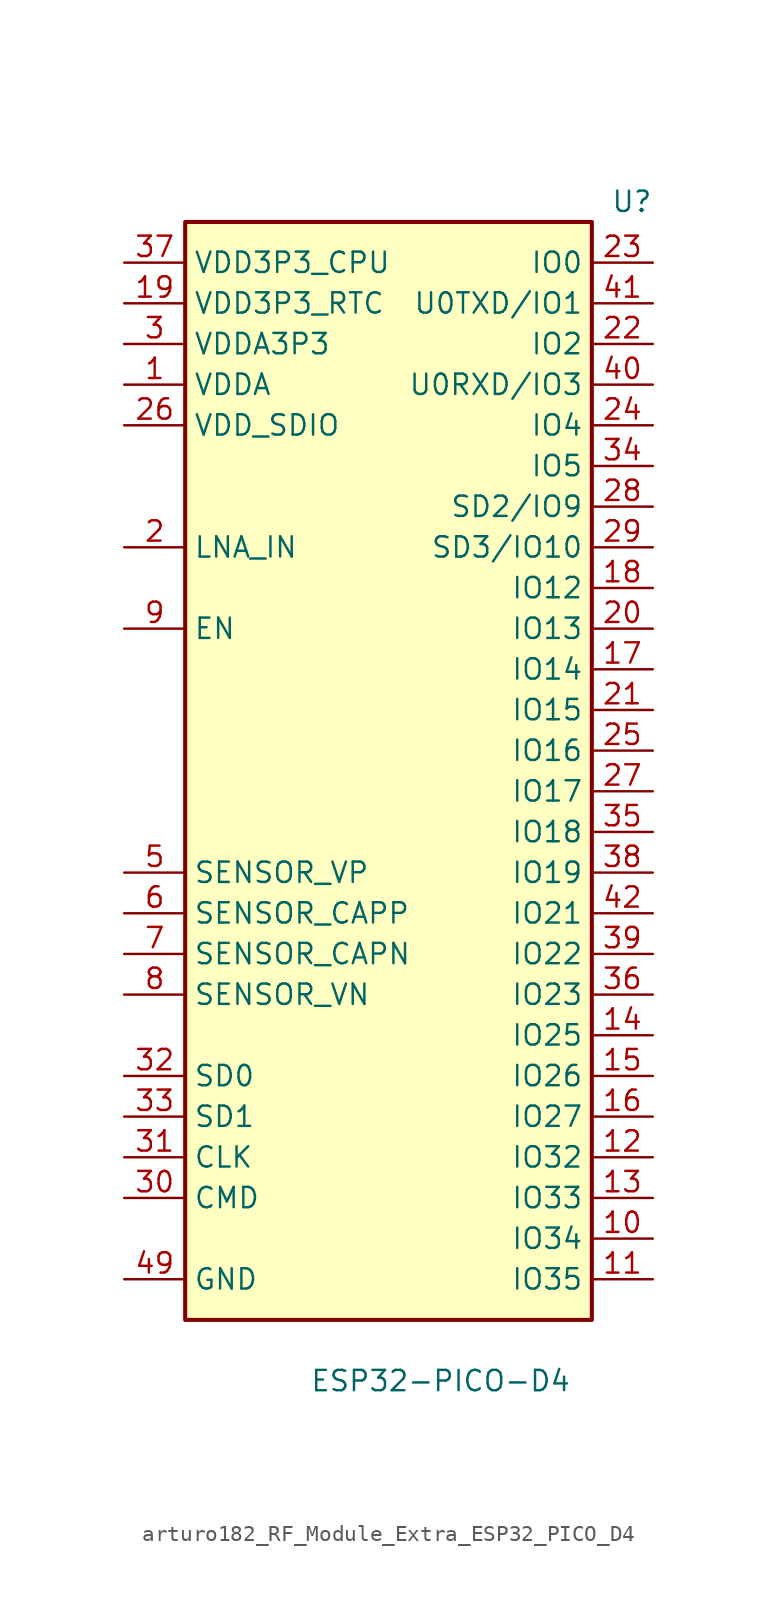
<source format=kicad_sym>
(kicad_symbol_lib
  (version 20220914)
  (generator kicad_symbol_editor)
  (symbol "arturo182_RF_Module_Extra_ESP32_PICO_D4"
    (property "Reference" "U"
      (at 16.51 34.29 0)
      (effects (font (size 1.27 1.27)) (justify right)))
    (property "Value" "ESP32-PICO-D4"
      (at 11.43 -39.37 0)
      (effects (font (size 1.27 1.27)) (justify right)))
    (symbol "arturo182_RF_Module_Extra_ESP32_PICO_D4_0_0"
      (pin power_in line (at -16.51 22.86 0) (length 3.81) (name "VDDA" (effects (font (size 1.27 1.27)))) (number "1" (effects (font (size 1.27 1.27)))))
      (pin input line (at 16.51 -30.48 180) (length 3.81) (name "IO34" (effects (font (size 1.27 1.27)))) (number "10" (effects (font (size 1.27 1.27)))))
      (pin input line (at 16.51 -33.02 180) (length 3.81) (name "IO35" (effects (font (size 1.27 1.27)))) (number "11" (effects (font (size 1.27 1.27)))))
      (pin bidirectional line (at 16.51 -25.4 180) (length 3.81) (name "IO32" (effects (font (size 1.27 1.27)))) (number "12" (effects (font (size 1.27 1.27)))))
      (pin bidirectional line (at 16.51 -27.94 180) (length 3.81) (name "IO33" (effects (font (size 1.27 1.27)))) (number "13" (effects (font (size 1.27 1.27)))))
      (pin bidirectional line (at 16.51 -17.78 180) (length 3.81) (name "IO25" (effects (font (size 1.27 1.27)))) (number "14" (effects (font (size 1.27 1.27)))))
      (pin bidirectional line (at 16.51 -20.32 180) (length 3.81) (name "IO26" (effects (font (size 1.27 1.27)))) (number "15" (effects (font (size 1.27 1.27)))))
      (pin bidirectional line (at 16.51 -22.86 180) (length 3.81) (name "IO27" (effects (font (size 1.27 1.27)))) (number "16" (effects (font (size 1.27 1.27)))))
      (pin bidirectional line (at 16.51 5.08 180) (length 3.81) (name "IO14" (effects (font (size 1.27 1.27)))) (number "17" (effects (font (size 1.27 1.27)))))
      (pin bidirectional line (at 16.51 10.16 180) (length 3.81) (name "IO12" (effects (font (size 1.27 1.27)))) (number "18" (effects (font (size 1.27 1.27)))))
      (pin power_in line (at -16.51 27.94 0) (length 3.81) (name "VDD3P3_RTC" (effects (font (size 1.27 1.27)))) (number "19" (effects (font (size 1.27 1.27)))))
      (pin bidirectional line (at -16.51 12.7 0) (length 3.81) (name "LNA_IN" (effects (font (size 1.27 1.27)))) (number "2" (effects (font (size 1.27 1.27)))))
      (pin bidirectional line (at 16.51 7.62 180) (length 3.81) (name "IO13" (effects (font (size 1.27 1.27)))) (number "20" (effects (font (size 1.27 1.27)))))
      (pin bidirectional line (at 16.51 2.54 180) (length 3.81) (name "IO15" (effects (font (size 1.27 1.27)))) (number "21" (effects (font (size 1.27 1.27)))))
      (pin bidirectional line (at 16.51 25.4 180) (length 3.81) (name "IO2" (effects (font (size 1.27 1.27)))) (number "22" (effects (font (size 1.27 1.27)))))
      (pin bidirectional line (at 16.51 30.48 180) (length 3.81) (name "IO0" (effects (font (size 1.27 1.27)))) (number "23" (effects (font (size 1.27 1.27)))))
      (pin bidirectional line (at 16.51 20.32 180) (length 3.81) (name "IO4" (effects (font (size 1.27 1.27)))) (number "24" (effects (font (size 1.27 1.27)))))
      (pin bidirectional line (at 16.51 0 180) (length 3.81) (name "IO16" (effects (font (size 1.27 1.27)))) (number "25" (effects (font (size 1.27 1.27)))))
      (pin power_out line (at -16.51 20.32 0) (length 3.81) (name "VDD_SDIO" (effects (font (size 1.27 1.27)))) (number "26" (effects (font (size 1.27 1.27)))))
      (pin bidirectional line (at 16.51 -2.54 180) (length 3.81) (name "IO17" (effects (font (size 1.27 1.27)))) (number "27" (effects (font (size 1.27 1.27)))))
      (pin bidirectional line (at 16.51 15.24 180) (length 3.81) (name "SD2/IO9" (effects (font (size 1.27 1.27)))) (number "28" (effects (font (size 1.27 1.27)))))
      (pin bidirectional line (at 16.51 12.7 180) (length 3.81) (name "SD3/IO10" (effects (font (size 1.27 1.27)))) (number "29" (effects (font (size 1.27 1.27)))))
      (pin power_in line (at -16.51 25.4 0) (length 3.81) (name "VDDA3P3" (effects (font (size 1.27 1.27)))) (number "3" (effects (font (size 1.27 1.27)))))
      (pin bidirectional line (at -16.51 -27.94 0) (length 3.81) (name "CMD" (effects (font (size 1.27 1.27)))) (number "30" (effects (font (size 1.27 1.27)))))
      (pin bidirectional line (at -16.51 -25.4 0) (length 3.81) (name "CLK" (effects (font (size 1.27 1.27)))) (number "31" (effects (font (size 1.27 1.27)))))
      (pin bidirectional line (at -16.51 -20.32 0) (length 3.81) (name "SD0" (effects (font (size 1.27 1.27)))) (number "32" (effects (font (size 1.27 1.27)))))
      (pin bidirectional line (at -16.51 -22.86 0) (length 3.81) (name "SD1" (effects (font (size 1.27 1.27)))) (number "33" (effects (font (size 1.27 1.27)))))
      (pin bidirectional line (at 16.51 17.78 180) (length 3.81) (name "IO5" (effects (font (size 1.27 1.27)))) (number "34" (effects (font (size 1.27 1.27)))))
      (pin bidirectional line (at 16.51 -5.08 180) (length 3.81) (name "IO18" (effects (font (size 1.27 1.27)))) (number "35" (effects (font (size 1.27 1.27)))))
      (pin bidirectional line (at 16.51 -15.24 180) (length 3.81) (name "IO23" (effects (font (size 1.27 1.27)))) (number "36" (effects (font (size 1.27 1.27)))))
      (pin power_in line (at -16.51 30.48 0) (length 3.81) (name "VDD3P3_CPU" (effects (font (size 1.27 1.27)))) (number "37" (effects (font (size 1.27 1.27)))))
      (pin bidirectional line (at 16.51 -7.62 180) (length 3.81) (name "IO19" (effects (font (size 1.27 1.27)))) (number "38" (effects (font (size 1.27 1.27)))))
      (pin bidirectional line (at 16.51 -12.7 180) (length 3.81) (name "IO22" (effects (font (size 1.27 1.27)))) (number "39" (effects (font (size 1.27 1.27)))))
      (pin passive line (at -16.51 25.4 0) (length 3.81) hide (name "VDDA3P3" (effects (font (size 1.27 1.27)))) (number "4" (effects (font (size 1.27 1.27)))))
      (pin bidirectional line (at 16.51 22.86 180) (length 3.81) (name "U0RXD/IO3" (effects (font (size 1.27 1.27)))) (number "40" (effects (font (size 1.27 1.27)))))
      (pin bidirectional line (at 16.51 27.94 180) (length 3.81) (name "U0TXD/IO1" (effects (font (size 1.27 1.27)))) (number "41" (effects (font (size 1.27 1.27)))))
      (pin bidirectional line (at 16.51 -10.16 180) (length 3.81) (name "IO21" (effects (font (size 1.27 1.27)))) (number "42" (effects (font (size 1.27 1.27)))))
      (pin passive line (at -16.51 22.86 0) (length 3.81) hide (name "VDDA" (effects (font (size 1.27 1.27)))) (number "43" (effects (font (size 1.27 1.27)))))
      (pin no_connect line (at -3.81 -13.97 0) (length 3.81) hide (name "XTAL_N_NC" (effects (font (size 1.27 1.27)))) (number "44" (effects (font (size 1.27 1.27)))))
      (pin no_connect line (at -3.81 -16.51 0) (length 3.81) hide (name "XTAL_P_NC" (effects (font (size 1.27 1.27)))) (number "45" (effects (font (size 1.27 1.27)))))
      (pin passive line (at -16.51 22.86 0) (length 3.81) hide (name "VDDA" (effects (font (size 1.27 1.27)))) (number "46" (effects (font (size 1.27 1.27)))))
      (pin no_connect line (at -3.81 -19.05 0) (length 3.81) hide (name "CAP2_NC" (effects (font (size 1.27 1.27)))) (number "47" (effects (font (size 1.27 1.27)))))
      (pin no_connect line (at -3.81 -21.59 0) (length 3.81) hide (name "CAP1_NC" (effects (font (size 1.27 1.27)))) (number "48" (effects (font (size 1.27 1.27)))))
      (pin power_in line (at -16.51 -33.02 0) (length 3.81) (name "GND" (effects (font (size 1.27 1.27)))) (number "49" (effects (font (size 1.27 1.27)))))
      (pin input line (at -16.51 -7.62 0) (length 3.81) (name "SENSOR_VP" (effects (font (size 1.27 1.27)))) (number "5" (effects (font (size 1.27 1.27)))))
      (pin input line (at -16.51 -10.16 0) (length 3.81) (name "SENSOR_CAPP" (effects (font (size 1.27 1.27)))) (number "6" (effects (font (size 1.27 1.27)))))
      (pin input line (at -16.51 -12.7 0) (length 3.81) (name "SENSOR_CAPN" (effects (font (size 1.27 1.27)))) (number "7" (effects (font (size 1.27 1.27)))))
      (pin input line (at -16.51 -15.24 0) (length 3.81) (name "SENSOR_VN" (effects (font (size 1.27 1.27)))) (number "8" (effects (font (size 1.27 1.27)))))
      (pin input line (at -16.51 7.62 0) (length 3.81) (name "EN" (effects (font (size 1.27 1.27)))) (number "9" (effects (font (size 1.27 1.27))))))
    (symbol "arturo182_RF_Module_Extra_ESP32_PICO_D4_0_1"
      (rectangle (start -12.7 33.02) (end 12.7 -35.56) (stroke (width 0.254) (type default)) (fill (type background))))))
</source>
